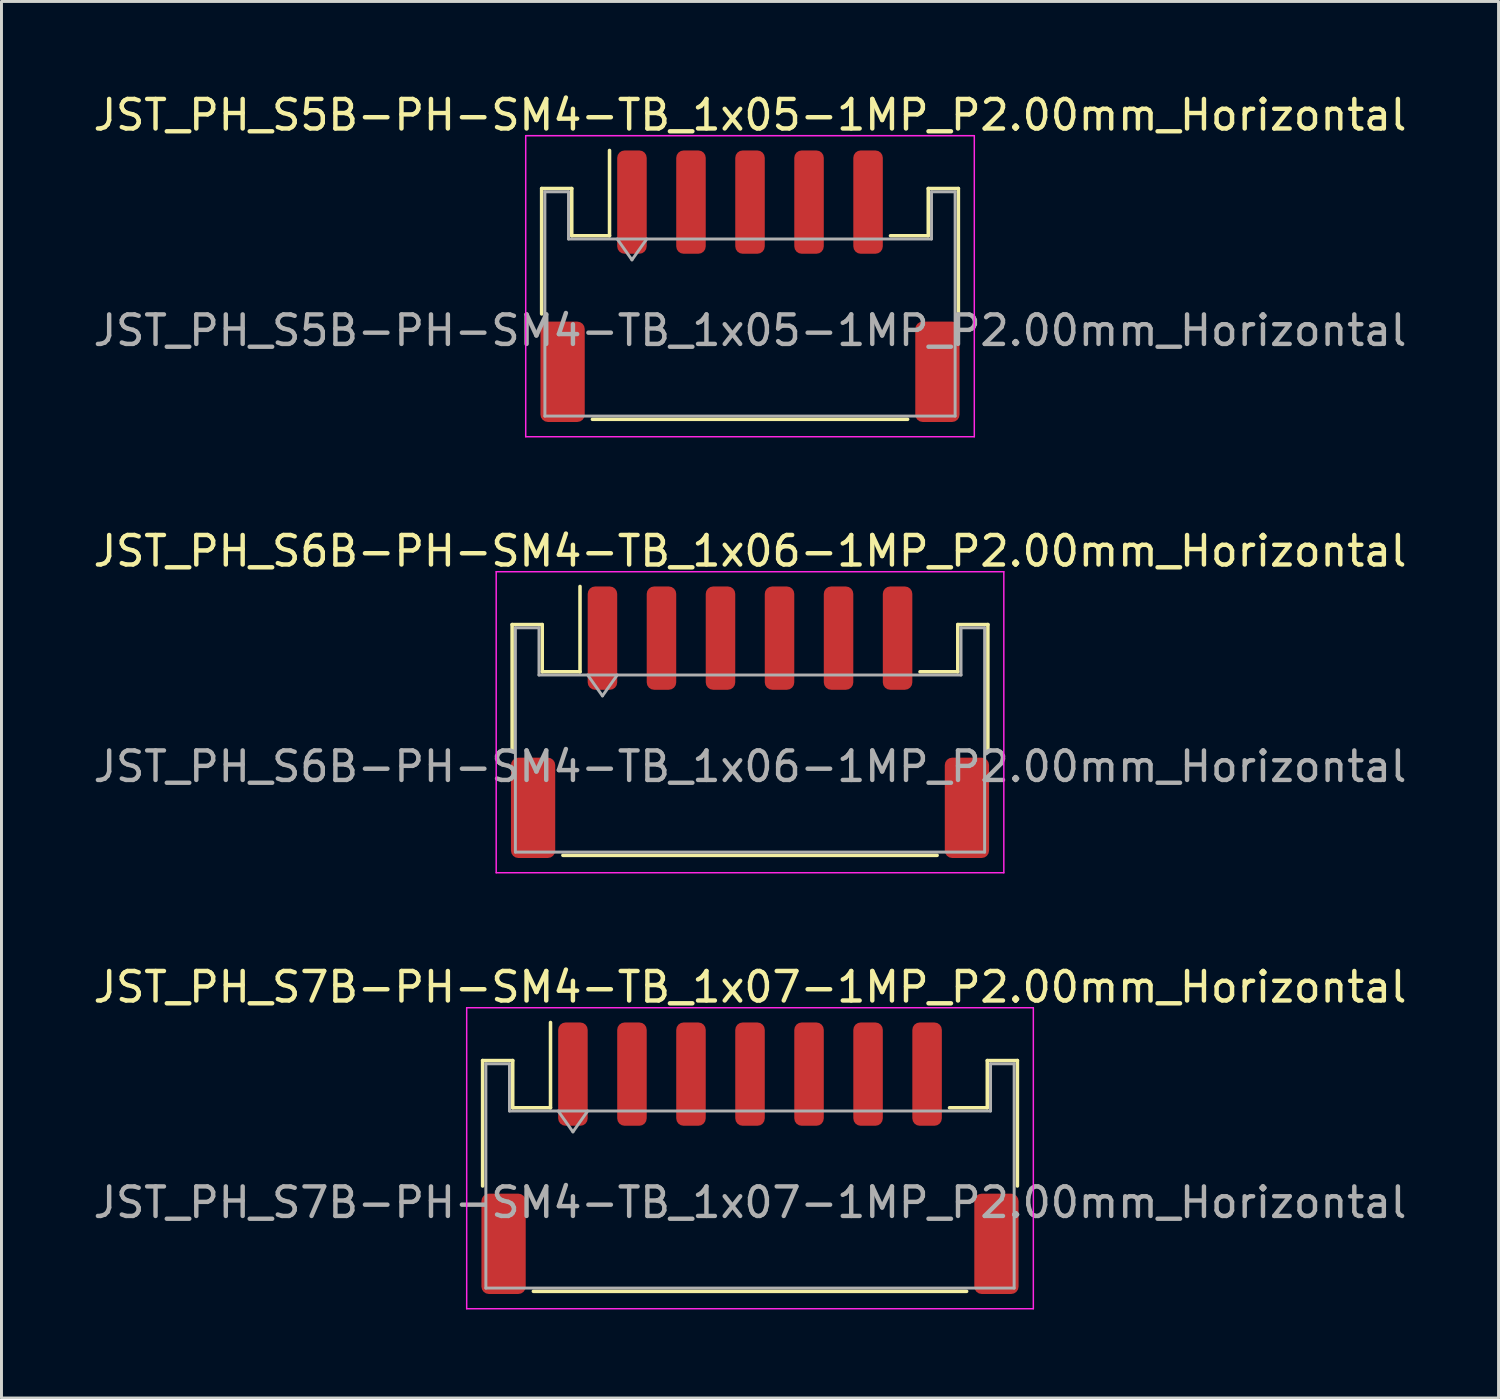
<source format=kicad_pcb>
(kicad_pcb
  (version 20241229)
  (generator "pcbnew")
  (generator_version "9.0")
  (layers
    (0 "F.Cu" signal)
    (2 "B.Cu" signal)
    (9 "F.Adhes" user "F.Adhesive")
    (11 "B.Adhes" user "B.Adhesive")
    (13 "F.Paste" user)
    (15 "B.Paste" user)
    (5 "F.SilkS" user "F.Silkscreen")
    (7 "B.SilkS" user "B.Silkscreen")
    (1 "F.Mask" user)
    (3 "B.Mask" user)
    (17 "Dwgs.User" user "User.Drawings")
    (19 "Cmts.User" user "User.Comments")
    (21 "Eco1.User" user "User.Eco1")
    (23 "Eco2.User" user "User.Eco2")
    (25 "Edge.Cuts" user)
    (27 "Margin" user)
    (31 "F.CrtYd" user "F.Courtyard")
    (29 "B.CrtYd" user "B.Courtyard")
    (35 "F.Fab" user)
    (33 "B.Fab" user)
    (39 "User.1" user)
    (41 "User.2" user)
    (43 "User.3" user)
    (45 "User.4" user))
  (footprint "JST_PH_S5B-PH-SM4-TB_1x05-1MP_P2.00mm_Horizontal"
    (layer "F.Cu")
    (at 22.363 6.648)
    (property "Reference" "JST_PH_S5B-PH-SM4-TB_1x05-1MP_P2.00mm_Horizontal" (at 0 -5.8 0) (layer "F.SilkS") (effects (font (size 1 1) (thickness 0.15))))
    (attr smd)
    (fp_line (start -7.06 -3.31) (end -6.04 -3.31) (stroke (width 0.12) (type solid)) (layer "F.SilkS"))
    (fp_line (start -7.06 0.94) (end -7.06 -3.31) (stroke (width 0.12) (type solid)) (layer "F.SilkS"))
    (fp_line (start -6.04 -3.31) (end -6.04 -1.71) (stroke (width 0.12) (type solid)) (layer "F.SilkS"))
    (fp_line (start -6.04 -1.71) (end -4.76 -1.71) (stroke (width 0.12) (type solid)) (layer "F.SilkS"))
    (fp_line (start -5.34 4.51) (end 5.34 4.51) (stroke (width 0.12) (type solid)) (layer "F.SilkS"))
    (fp_line (start -4.76 -1.71) (end -4.76 -4.6) (stroke (width 0.12) (type solid)) (layer "F.SilkS"))
    (fp_line (start 6.04 -3.31) (end 6.04 -1.71) (stroke (width 0.12) (type solid)) (layer "F.SilkS"))
    (fp_line (start 6.04 -1.71) (end 4.76 -1.71) (stroke (width 0.12) (type solid)) (layer "F.SilkS"))
    (fp_line (start 7.06 -3.31) (end 6.04 -3.31) (stroke (width 0.12) (type solid)) (layer "F.SilkS"))
    (fp_line (start 7.06 0.94) (end 7.06 -3.31) (stroke (width 0.12) (type solid)) (layer "F.SilkS"))
    (fp_line (start -7.6 -5.1) (end -7.6 5.1) (stroke (width 0.05) (type solid)) (layer "F.CrtYd"))
    (fp_line (start -7.6 5.1) (end 7.6 5.1) (stroke (width 0.05) (type solid)) (layer "F.CrtYd"))
    (fp_line (start 7.6 -5.1) (end -7.6 -5.1) (stroke (width 0.05) (type solid)) (layer "F.CrtYd"))
    (fp_line (start 7.6 5.1) (end 7.6 -5.1) (stroke (width 0.05) (type solid)) (layer "F.CrtYd"))
    (fp_line (start -6.95 -3.2) (end -6.95 4.4) (stroke (width 0.1) (type solid)) (layer "F.Fab"))
    (fp_line (start -6.95 -3.2) (end -6.15 -3.2) (stroke (width 0.1) (type solid)) (layer "F.Fab"))
    (fp_line (start -6.95 4.4) (end 6.95 4.4) (stroke (width 0.1) (type solid)) (layer "F.Fab"))
    (fp_line (start -6.15 -3.2) (end -6.15 -1.6) (stroke (width 0.1) (type solid)) (layer "F.Fab"))
    (fp_line (start -6.15 -1.6) (end 6.15 -1.6) (stroke (width 0.1) (type solid)) (layer "F.Fab"))
    (fp_line (start -4.5 -1.6) (end -4 -0.893) (stroke (width 0.1) (type solid)) (layer "F.Fab"))
    (fp_line (start -4 -0.893) (end -3.5 -1.6) (stroke (width 0.1) (type solid)) (layer "F.Fab"))
    (fp_line (start 6.15 -3.2) (end 6.95 -3.2) (stroke (width 0.1) (type solid)) (layer "F.Fab"))
    (fp_line (start 6.15 -1.6) (end 6.15 -3.2) (stroke (width 0.1) (type solid)) (layer "F.Fab"))
    (fp_line (start 6.95 -3.2) (end 6.95 4.4) (stroke (width 0.1) (type solid)) (layer "F.Fab"))
    (fp_text user "${REFERENCE}" (at 0 1.5 0) (layer "F.Fab") (effects (font (size 1 1) (thickness 0.15))))
    (pad "1" smd roundrect (at -4 -2.85) (size 1 3.5) (layers "F.Cu" "F.Mask" "F.Paste") (roundrect_rratio 0.25))
    (pad "2" smd roundrect (at -2 -2.85) (size 1 3.5) (layers "F.Cu" "F.Mask" "F.Paste") (roundrect_rratio 0.25))
    (pad "3" smd roundrect (at 0 -2.85) (size 1 3.5) (layers "F.Cu" "F.Mask" "F.Paste") (roundrect_rratio 0.25))
    (pad "4" smd roundrect (at 2 -2.85) (size 1 3.5) (layers "F.Cu" "F.Mask" "F.Paste") (roundrect_rratio 0.25))
    (pad "5" smd roundrect (at 4 -2.85) (size 1 3.5) (layers "F.Cu" "F.Mask" "F.Paste") (roundrect_rratio 0.25))
    (pad "MP" smd roundrect (at -6.35 2.9) (size 1.5 3.4) (layers "F.Cu" "F.Mask" "F.Paste") (roundrect_rratio 0.167))
    (pad "MP" smd roundrect (at 6.35 2.9) (size 1.5 3.4) (layers "F.Cu" "F.Mask" "F.Paste") (roundrect_rratio 0.167)))
  (footprint "JST_PH_S6B-PH-SM4-TB_1x06-1MP_P2.00mm_Horizontal"
    (layer "F.Cu")
    (at 22.363 21.422)
    (property "Reference" "JST_PH_S6B-PH-SM4-TB_1x06-1MP_P2.00mm_Horizontal" (at 0 -5.8 0) (layer "F.SilkS") (effects (font (size 1 1) (thickness 0.15))))
    (attr smd)
    (fp_line (start -8.06 -3.31) (end -7.04 -3.31) (stroke (width 0.12) (type solid)) (layer "F.SilkS"))
    (fp_line (start -8.06 0.94) (end -8.06 -3.31) (stroke (width 0.12) (type solid)) (layer "F.SilkS"))
    (fp_line (start -7.04 -3.31) (end -7.04 -1.71) (stroke (width 0.12) (type solid)) (layer "F.SilkS"))
    (fp_line (start -7.04 -1.71) (end -5.76 -1.71) (stroke (width 0.12) (type solid)) (layer "F.SilkS"))
    (fp_line (start -6.34 4.51) (end 6.34 4.51) (stroke (width 0.12) (type solid)) (layer "F.SilkS"))
    (fp_line (start -5.76 -1.71) (end -5.76 -4.6) (stroke (width 0.12) (type solid)) (layer "F.SilkS"))
    (fp_line (start 7.04 -3.31) (end 7.04 -1.71) (stroke (width 0.12) (type solid)) (layer "F.SilkS"))
    (fp_line (start 7.04 -1.71) (end 5.76 -1.71) (stroke (width 0.12) (type solid)) (layer "F.SilkS"))
    (fp_line (start 8.06 -3.31) (end 7.04 -3.31) (stroke (width 0.12) (type solid)) (layer "F.SilkS"))
    (fp_line (start 8.06 0.94) (end 8.06 -3.31) (stroke (width 0.12) (type solid)) (layer "F.SilkS"))
    (fp_line (start -8.6 -5.1) (end -8.6 5.1) (stroke (width 0.05) (type solid)) (layer "F.CrtYd"))
    (fp_line (start -8.6 5.1) (end 8.6 5.1) (stroke (width 0.05) (type solid)) (layer "F.CrtYd"))
    (fp_line (start 8.6 -5.1) (end -8.6 -5.1) (stroke (width 0.05) (type solid)) (layer "F.CrtYd"))
    (fp_line (start 8.6 5.1) (end 8.6 -5.1) (stroke (width 0.05) (type solid)) (layer "F.CrtYd"))
    (fp_line (start -7.95 -3.2) (end -7.95 4.4) (stroke (width 0.1) (type solid)) (layer "F.Fab"))
    (fp_line (start -7.95 -3.2) (end -7.15 -3.2) (stroke (width 0.1) (type solid)) (layer "F.Fab"))
    (fp_line (start -7.95 4.4) (end 7.95 4.4) (stroke (width 0.1) (type solid)) (layer "F.Fab"))
    (fp_line (start -7.15 -3.2) (end -7.15 -1.6) (stroke (width 0.1) (type solid)) (layer "F.Fab"))
    (fp_line (start -7.15 -1.6) (end 7.15 -1.6) (stroke (width 0.1) (type solid)) (layer "F.Fab"))
    (fp_line (start -5.5 -1.6) (end -5 -0.893) (stroke (width 0.1) (type solid)) (layer "F.Fab"))
    (fp_line (start -5 -0.893) (end -4.5 -1.6) (stroke (width 0.1) (type solid)) (layer "F.Fab"))
    (fp_line (start 7.15 -3.2) (end 7.95 -3.2) (stroke (width 0.1) (type solid)) (layer "F.Fab"))
    (fp_line (start 7.15 -1.6) (end 7.15 -3.2) (stroke (width 0.1) (type solid)) (layer "F.Fab"))
    (fp_line (start 7.95 -3.2) (end 7.95 4.4) (stroke (width 0.1) (type solid)) (layer "F.Fab"))
    (fp_text user "${REFERENCE}" (at 0 1.5 0) (layer "F.Fab") (effects (font (size 1 1) (thickness 0.15))))
    (pad "1" smd roundrect (at -5 -2.85) (size 1 3.5) (layers "F.Cu" "F.Mask" "F.Paste") (roundrect_rratio 0.25))
    (pad "2" smd roundrect (at -3 -2.85) (size 1 3.5) (layers "F.Cu" "F.Mask" "F.Paste") (roundrect_rratio 0.25))
    (pad "3" smd roundrect (at -1 -2.85) (size 1 3.5) (layers "F.Cu" "F.Mask" "F.Paste") (roundrect_rratio 0.25))
    (pad "4" smd roundrect (at 1 -2.85) (size 1 3.5) (layers "F.Cu" "F.Mask" "F.Paste") (roundrect_rratio 0.25))
    (pad "5" smd roundrect (at 3 -2.85) (size 1 3.5) (layers "F.Cu" "F.Mask" "F.Paste") (roundrect_rratio 0.25))
    (pad "6" smd roundrect (at 5 -2.85) (size 1 3.5) (layers "F.Cu" "F.Mask" "F.Paste") (roundrect_rratio 0.25))
    (pad "MP" smd roundrect (at -7.35 2.9) (size 1.5 3.4) (layers "F.Cu" "F.Mask" "F.Paste") (roundrect_rratio 0.167))
    (pad "MP" smd roundrect (at 7.35 2.9) (size 1.5 3.4) (layers "F.Cu" "F.Mask" "F.Paste") (roundrect_rratio 0.167)))
  (footprint "JST_PH_S7B-PH-SM4-TB_1x07-1MP_P2.00mm_Horizontal"
    (layer "F.Cu")
    (at 22.363 36.195)
    (property "Reference" "JST_PH_S7B-PH-SM4-TB_1x07-1MP_P2.00mm_Horizontal" (at 0 -5.8 0) (layer "F.SilkS") (effects (font (size 1 1) (thickness 0.15))))
    (attr smd)
    (fp_line (start -9.06 -3.31) (end -8.04 -3.31) (stroke (width 0.12) (type solid)) (layer "F.SilkS"))
    (fp_line (start -9.06 0.94) (end -9.06 -3.31) (stroke (width 0.12) (type solid)) (layer "F.SilkS"))
    (fp_line (start -8.04 -3.31) (end -8.04 -1.71) (stroke (width 0.12) (type solid)) (layer "F.SilkS"))
    (fp_line (start -8.04 -1.71) (end -6.76 -1.71) (stroke (width 0.12) (type solid)) (layer "F.SilkS"))
    (fp_line (start -7.34 4.51) (end 7.34 4.51) (stroke (width 0.12) (type solid)) (layer "F.SilkS"))
    (fp_line (start -6.76 -1.71) (end -6.76 -4.6) (stroke (width 0.12) (type solid)) (layer "F.SilkS"))
    (fp_line (start 8.04 -3.31) (end 8.04 -1.71) (stroke (width 0.12) (type solid)) (layer "F.SilkS"))
    (fp_line (start 8.04 -1.71) (end 6.76 -1.71) (stroke (width 0.12) (type solid)) (layer "F.SilkS"))
    (fp_line (start 9.06 -3.31) (end 8.04 -3.31) (stroke (width 0.12) (type solid)) (layer "F.SilkS"))
    (fp_line (start 9.06 0.94) (end 9.06 -3.31) (stroke (width 0.12) (type solid)) (layer "F.SilkS"))
    (fp_line (start -9.6 -5.1) (end -9.6 5.1) (stroke (width 0.05) (type solid)) (layer "F.CrtYd"))
    (fp_line (start -9.6 5.1) (end 9.6 5.1) (stroke (width 0.05) (type solid)) (layer "F.CrtYd"))
    (fp_line (start 9.6 -5.1) (end -9.6 -5.1) (stroke (width 0.05) (type solid)) (layer "F.CrtYd"))
    (fp_line (start 9.6 5.1) (end 9.6 -5.1) (stroke (width 0.05) (type solid)) (layer "F.CrtYd"))
    (fp_line (start -8.95 -3.2) (end -8.95 4.4) (stroke (width 0.1) (type solid)) (layer "F.Fab"))
    (fp_line (start -8.95 -3.2) (end -8.15 -3.2) (stroke (width 0.1) (type solid)) (layer "F.Fab"))
    (fp_line (start -8.95 4.4) (end 8.95 4.4) (stroke (width 0.1) (type solid)) (layer "F.Fab"))
    (fp_line (start -8.15 -3.2) (end -8.15 -1.6) (stroke (width 0.1) (type solid)) (layer "F.Fab"))
    (fp_line (start -8.15 -1.6) (end 8.15 -1.6) (stroke (width 0.1) (type solid)) (layer "F.Fab"))
    (fp_line (start -6.5 -1.6) (end -6 -0.893) (stroke (width 0.1) (type solid)) (layer "F.Fab"))
    (fp_line (start -6 -0.893) (end -5.5 -1.6) (stroke (width 0.1) (type solid)) (layer "F.Fab"))
    (fp_line (start 8.15 -3.2) (end 8.95 -3.2) (stroke (width 0.1) (type solid)) (layer "F.Fab"))
    (fp_line (start 8.15 -1.6) (end 8.15 -3.2) (stroke (width 0.1) (type solid)) (layer "F.Fab"))
    (fp_line (start 8.95 -3.2) (end 8.95 4.4) (stroke (width 0.1) (type solid)) (layer "F.Fab"))
    (fp_text user "${REFERENCE}" (at 0 1.5 0) (layer "F.Fab") (effects (font (size 1 1) (thickness 0.15))))
    (pad "1" smd roundrect (at -6 -2.85) (size 1 3.5) (layers "F.Cu" "F.Mask" "F.Paste") (roundrect_rratio 0.25))
    (pad "2" smd roundrect (at -4 -2.85) (size 1 3.5) (layers "F.Cu" "F.Mask" "F.Paste") (roundrect_rratio 0.25))
    (pad "3" smd roundrect (at -2 -2.85) (size 1 3.5) (layers "F.Cu" "F.Mask" "F.Paste") (roundrect_rratio 0.25))
    (pad "4" smd roundrect (at 0 -2.85) (size 1 3.5) (layers "F.Cu" "F.Mask" "F.Paste") (roundrect_rratio 0.25))
    (pad "5" smd roundrect (at 2 -2.85) (size 1 3.5) (layers "F.Cu" "F.Mask" "F.Paste") (roundrect_rratio 0.25))
    (pad "6" smd roundrect (at 4 -2.85) (size 1 3.5) (layers "F.Cu" "F.Mask" "F.Paste") (roundrect_rratio 0.25))
    (pad "7" smd roundrect (at 6 -2.85) (size 1 3.5) (layers "F.Cu" "F.Mask" "F.Paste") (roundrect_rratio 0.25))
    (pad "MP" smd roundrect (at -8.35 2.9) (size 1.5 3.4) (layers "F.Cu" "F.Mask" "F.Paste") (roundrect_rratio 0.167))
    (pad "MP" smd roundrect (at 8.35 2.9) (size 1.5 3.4) (layers "F.Cu" "F.Mask" "F.Paste") (roundrect_rratio 0.167)))
  (gr_rect
    (start -3 -3)
    (end 47.726 44.32)
    (stroke (width 0.1) (type default))
    (fill no)
    (layer "Edge.Cuts")))
</source>
